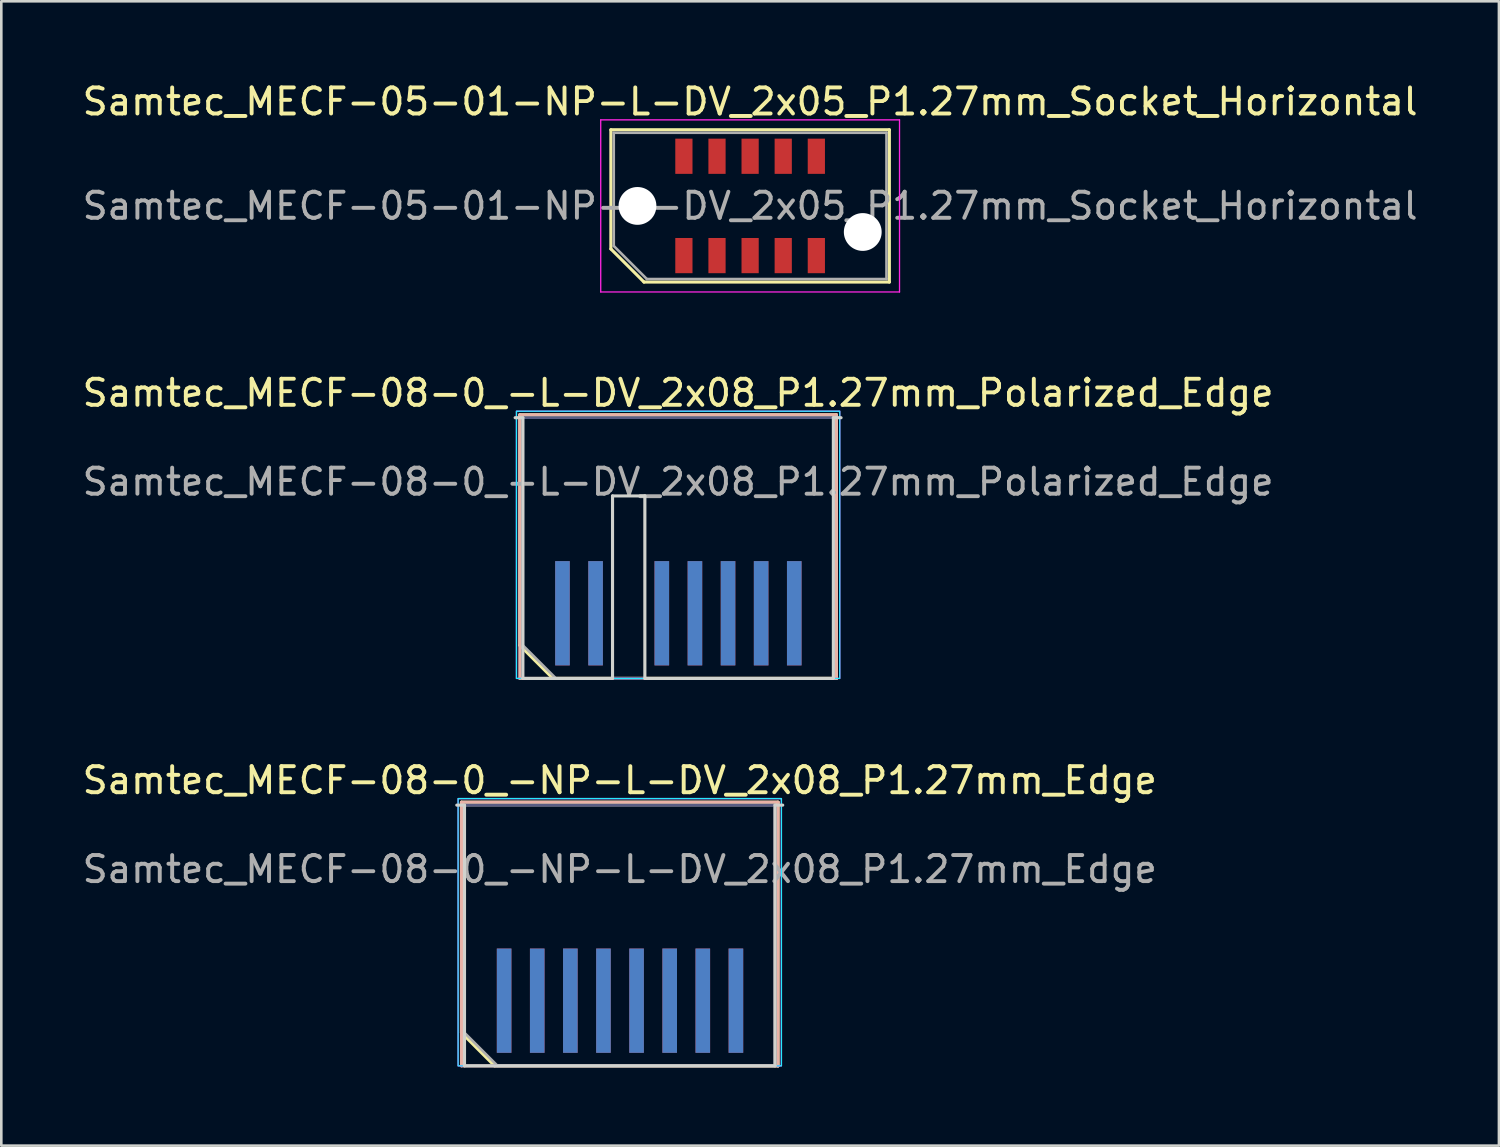
<source format=kicad_pcb>
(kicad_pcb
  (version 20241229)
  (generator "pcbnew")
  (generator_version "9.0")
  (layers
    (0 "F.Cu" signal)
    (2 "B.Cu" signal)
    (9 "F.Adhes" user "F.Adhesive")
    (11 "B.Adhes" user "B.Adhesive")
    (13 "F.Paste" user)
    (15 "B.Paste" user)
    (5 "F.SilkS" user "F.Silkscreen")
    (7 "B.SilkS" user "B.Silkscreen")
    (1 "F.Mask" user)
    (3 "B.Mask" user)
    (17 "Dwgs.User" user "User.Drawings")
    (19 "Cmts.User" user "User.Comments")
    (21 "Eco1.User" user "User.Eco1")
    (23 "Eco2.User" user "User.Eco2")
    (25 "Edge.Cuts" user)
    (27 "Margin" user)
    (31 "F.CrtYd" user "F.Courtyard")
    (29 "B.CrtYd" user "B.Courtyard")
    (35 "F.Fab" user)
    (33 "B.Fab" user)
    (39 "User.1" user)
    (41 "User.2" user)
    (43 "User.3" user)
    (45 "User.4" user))
  (footprint "Samtec_MECF-08-0_-L-DV_2x08_P1.27mm_Polarized_Edge"
    (layer "F.Cu")
    (at 22.958 17.971)
    (property "Reference" "Samtec_MECF-08-0_-L-DV_2x08_P1.27mm_Polarized_Edge" (at 0 -5.95 0) (layer "F.SilkS") (effects (font (size 1 1) (thickness 0.15))))
    (attr exclude_from_pos_files exclude_from_bom)
    (fp_line (start -6.07 -5.11) (end 6.07 -5.11) (stroke (width 0.12) (type solid)) (layer "F.SilkS"))
    (fp_line (start -6.07 3.73) (end -6.07 -5.11) (stroke (width 0.12) (type solid)) (layer "F.SilkS"))
    (fp_line (start -4.8 5) (end -6.07 3.73) (stroke (width 0.12) (type solid)) (layer "F.SilkS"))
    (fp_line (start -4.8 5) (end 6.07 5) (stroke (width 0.12) (type solid)) (layer "F.SilkS"))
    (fp_line (start 6.07 5) (end 6.07 -5.11) (stroke (width 0.12) (type solid)) (layer "F.SilkS"))
    (fp_line (start -6.07 -5.11) (end 6.07 -5.11) (stroke (width 0.12) (type solid)) (layer "B.SilkS"))
    (fp_line (start -6.07 5) (end -6.07 -5.11) (stroke (width 0.12) (type solid)) (layer "B.SilkS"))
    (fp_line (start -6.07 5) (end 6.07 5) (stroke (width 0.12) (type solid)) (layer "B.SilkS"))
    (fp_line (start 6.07 5) (end 6.07 -5.11) (stroke (width 0.12) (type solid)) (layer "B.SilkS"))
    (fp_line (start -6.25 -5) (end -5.955 -5) (stroke (width 0.12) (type solid)) (layer "Edge.Cuts"))
    (fp_line (start -5.955 5) (end -5.955 -5) (stroke (width 0.12) (type solid)) (layer "Edge.Cuts"))
    (fp_line (start -5.955 5) (end -2.515 5) (stroke (width 0.12) (type solid)) (layer "Edge.Cuts"))
    (fp_line (start -2.515 -2) (end -1.275 -2) (stroke (width 0.12) (type solid)) (layer "Edge.Cuts"))
    (fp_line (start -2.515 5) (end -2.515 -2) (stroke (width 0.12) (type solid)) (layer "Edge.Cuts"))
    (fp_line (start -1.275 5) (end -1.275 -2) (stroke (width 0.12) (type solid)) (layer "Edge.Cuts"))
    (fp_line (start -1.275 5) (end 5.955 5) (stroke (width 0.12) (type solid)) (layer "Edge.Cuts"))
    (fp_line (start 5.955 5) (end 5.955 -5) (stroke (width 0.12) (type solid)) (layer "Edge.Cuts"))
    (fp_line (start 6.25 -5) (end 5.955 -5) (stroke (width 0.12) (type solid)) (layer "Edge.Cuts"))
    (fp_rect (start -6.2 -5.25) (end 6.2 5) (stroke (width 0.05) (type solid)) (fill no) (layer "B.CrtYd"))
    (fp_rect (start -6.2 -5.25) (end 6.2 5) (stroke (width 0.05) (type solid)) (fill no) (layer "F.CrtYd"))
    (fp_line (start -5.955 -5) (end 5.955 -5) (stroke (width 0.1) (type solid)) (layer "B.Fab"))
    (fp_line (start -5.955 5) (end -5.955 -5) (stroke (width 0.1) (type solid)) (layer "B.Fab"))
    (fp_line (start -5.955 5) (end 5.955 5) (stroke (width 0.1) (type solid)) (layer "B.Fab"))
    (fp_line (start 5.955 5) (end 5.955 -5) (stroke (width 0.1) (type solid)) (layer "B.Fab"))
    (fp_line (start -5.955 -5) (end 5.955 -5) (stroke (width 0.1) (type solid)) (layer "F.Fab"))
    (fp_line (start -5.955 3.73) (end -5.955 -5) (stroke (width 0.1) (type solid)) (layer "F.Fab"))
    (fp_line (start -5.955 3.73) (end -4.685 5) (stroke (width 0.1) (type solid)) (layer "F.Fab"))
    (fp_line (start -4.685 5) (end 5.955 5) (stroke (width 0.1) (type solid)) (layer "F.Fab"))
    (fp_line (start 5.955 5) (end 5.955 -5) (stroke (width 0.1) (type solid)) (layer "F.Fab"))
    (fp_text user "${REFERENCE}" (at 0 -2.54 0) (layer "F.Fab") (effects (font (size 1 1) (thickness 0.15))))
    (pad "1" connect rect (at -4.435 2.5) (size 0.56 4) (layers "F.Cu" "F.Mask"))
    (pad "2" connect rect (at -4.435 2.5) (size 0.56 4) (layers "B.Cu" "B.Mask"))
    (pad "3" connect rect (at -3.165 2.5) (size 0.56 4) (layers "F.Cu" "F.Mask"))
    (pad "4" connect rect (at -3.165 2.5) (size 0.56 4) (layers "B.Cu" "B.Mask"))
    (pad "7" connect rect (at -0.625 2.5) (size 0.56 4) (layers "F.Cu" "F.Mask"))
    (pad "8" connect rect (at -0.625 2.5) (size 0.56 4) (layers "B.Cu" "B.Mask"))
    (pad "9" connect rect (at 0.645 2.5) (size 0.56 4) (layers "F.Cu" "F.Mask"))
    (pad "10" connect rect (at 0.645 2.5) (size 0.56 4) (layers "B.Cu" "B.Mask"))
    (pad "11" connect rect (at 1.915 2.5) (size 0.56 4) (layers "F.Cu" "F.Mask"))
    (pad "12" connect rect (at 1.915 2.5) (size 0.56 4) (layers "B.Cu" "B.Mask"))
    (pad "13" connect rect (at 3.185 2.5) (size 0.56 4) (layers "F.Cu" "F.Mask"))
    (pad "14" connect rect (at 3.185 2.5) (size 0.56 4) (layers "B.Cu" "B.Mask"))
    (pad "15" connect rect (at 4.455 2.5) (size 0.56 4) (layers "F.Cu" "F.Mask"))
    (pad "16" connect rect (at 4.455 2.5) (size 0.56 4) (layers "B.Cu" "B.Mask")))
  (footprint "Samtec_MECF-05-01-NP-L-DV_2x05_P1.27mm_Socket_Horizontal"
    (layer "F.Cu")
    (at 25.72 4.848)
    (property "Reference" "Samtec_MECF-05-01-NP-L-DV_2x05_P1.27mm_Socket_Horizontal" (at 0 -4 0) (layer "F.SilkS") (effects (font (size 1 1) (thickness 0.15))))
    (attr smd)
    (fp_line (start -5.34 -2.92) (end 5.34 -2.92) (stroke (width 0.12) (type solid)) (layer "F.SilkS"))
    (fp_line (start -5.34 1.65) (end -5.34 -2.92) (stroke (width 0.12) (type solid)) (layer "F.SilkS"))
    (fp_line (start -4.07 2.92) (end -5.34 1.65) (stroke (width 0.12) (type solid)) (layer "F.SilkS"))
    (fp_line (start -4.07 2.92) (end 5.34 2.92) (stroke (width 0.12) (type solid)) (layer "F.SilkS"))
    (fp_line (start 5.34 2.92) (end 5.34 -2.92) (stroke (width 0.12) (type solid)) (layer "F.SilkS"))
    (fp_line (start -5.73 -3.3) (end -5.73 3.3) (stroke (width 0.05) (type solid)) (layer "F.CrtYd"))
    (fp_line (start -5.73 3.3) (end 5.73 3.3) (stroke (width 0.05) (type solid)) (layer "F.CrtYd"))
    (fp_line (start 5.73 -3.3) (end -5.73 -3.3) (stroke (width 0.05) (type solid)) (layer "F.CrtYd"))
    (fp_line (start 5.73 3.3) (end 5.73 -3.3) (stroke (width 0.05) (type solid)) (layer "F.CrtYd"))
    (fp_line (start -5.23 -2.805) (end 5.23 -2.805) (stroke (width 0.1) (type solid)) (layer "F.Fab"))
    (fp_line (start -5.23 1.535) (end -5.23 -2.805) (stroke (width 0.1) (type solid)) (layer "F.Fab"))
    (fp_line (start -5.23 1.535) (end -3.96 2.805) (stroke (width 0.1) (type solid)) (layer "F.Fab"))
    (fp_line (start -3.96 2.805) (end 5.23 2.805) (stroke (width 0.1) (type solid)) (layer "F.Fab"))
    (fp_line (start 5.23 2.805) (end 5.23 -2.805) (stroke (width 0.1) (type solid)) (layer "F.Fab"))
    (fp_text user "${REFERENCE}" (at 0 0 0) (layer "F.Fab") (effects (font (size 1 1) (thickness 0.15))))
    (pad "" np_thru_hole circle (at -4.32 0) (size 1.45 1.45) (drill 1.45) (layers "*.Cu" "*.Mask"))
    (pad "" np_thru_hole circle (at 4.32 1) (size 1.45 1.45) (drill 1.45) (layers "*.Cu" "*.Mask"))
    (pad "1" smd rect (at -2.54 1.905) (size 0.66 1.35) (layers "F.Cu" "F.Mask" "F.Paste"))
    (pad "2" smd rect (at -2.54 -1.905) (size 0.66 1.35) (layers "F.Cu" "F.Mask" "F.Paste"))
    (pad "3" smd rect (at -1.27 1.905) (size 0.66 1.35) (layers "F.Cu" "F.Mask" "F.Paste"))
    (pad "4" smd rect (at -1.27 -1.905) (size 0.66 1.35) (layers "F.Cu" "F.Mask" "F.Paste"))
    (pad "5" smd rect (at 0 1.905) (size 0.66 1.35) (layers "F.Cu" "F.Mask" "F.Paste"))
    (pad "6" smd rect (at 0 -1.905) (size 0.66 1.35) (layers "F.Cu" "F.Mask" "F.Paste"))
    (pad "7" smd rect (at 1.27 1.905) (size 0.66 1.35) (layers "F.Cu" "F.Mask" "F.Paste"))
    (pad "8" smd rect (at 1.27 -1.905) (size 0.66 1.35) (layers "F.Cu" "F.Mask" "F.Paste"))
    (pad "9" smd rect (at 2.54 1.905) (size 0.66 1.35) (layers "F.Cu" "F.Mask" "F.Paste"))
    (pad "10" smd rect (at 2.54 -1.905) (size 0.66 1.35) (layers "F.Cu" "F.Mask" "F.Paste")))
  (footprint "Samtec_MECF-08-0_-NP-L-DV_2x08_P1.27mm_Edge"
    (layer "F.Cu")
    (at 20.72 32.83)
    (property "Reference" "Samtec_MECF-08-0_-NP-L-DV_2x08_P1.27mm_Edge" (at 0 -5.95 0) (layer "F.SilkS") (effects (font (size 1 1) (thickness 0.15))))
    (attr exclude_from_pos_files exclude_from_bom)
    (fp_line (start -6.07 -5.11) (end 6.07 -5.11) (stroke (width 0.12) (type solid)) (layer "F.SilkS"))
    (fp_line (start -6.07 3.73) (end -6.07 -5.11) (stroke (width 0.12) (type solid)) (layer "F.SilkS"))
    (fp_line (start -4.8 5) (end -6.07 3.73) (stroke (width 0.12) (type solid)) (layer "F.SilkS"))
    (fp_line (start -4.8 5) (end 6.07 5) (stroke (width 0.12) (type solid)) (layer "F.SilkS"))
    (fp_line (start 6.07 5) (end 6.07 -5.11) (stroke (width 0.12) (type solid)) (layer "F.SilkS"))
    (fp_line (start -6.07 -5.11) (end 6.07 -5.11) (stroke (width 0.12) (type solid)) (layer "B.SilkS"))
    (fp_line (start -6.07 5) (end -6.07 -5.11) (stroke (width 0.12) (type solid)) (layer "B.SilkS"))
    (fp_line (start -6.07 5) (end 6.07 5) (stroke (width 0.12) (type solid)) (layer "B.SilkS"))
    (fp_line (start 6.07 5) (end 6.07 -5.11) (stroke (width 0.12) (type solid)) (layer "B.SilkS"))
    (fp_line (start -6.25 -5) (end -5.955 -5) (stroke (width 0.12) (type solid)) (layer "Edge.Cuts"))
    (fp_line (start -5.955 5) (end -5.955 -5) (stroke (width 0.12) (type solid)) (layer "Edge.Cuts"))
    (fp_line (start -5.955 5) (end 5.955 5) (stroke (width 0.12) (type solid)) (layer "Edge.Cuts"))
    (fp_line (start 5.955 5) (end 5.955 -5) (stroke (width 0.12) (type solid)) (layer "Edge.Cuts"))
    (fp_line (start 6.25 -5) (end 5.955 -5) (stroke (width 0.12) (type solid)) (layer "Edge.Cuts"))
    (fp_rect (start -6.2 -5.25) (end 6.2 5) (stroke (width 0.05) (type solid)) (fill no) (layer "B.CrtYd"))
    (fp_rect (start -6.2 -5.25) (end 6.2 5) (stroke (width 0.05) (type solid)) (fill no) (layer "F.CrtYd"))
    (fp_line (start -5.955 -5) (end 5.955 -5) (stroke (width 0.1) (type solid)) (layer "B.Fab"))
    (fp_line (start -5.955 5) (end -5.955 -5) (stroke (width 0.1) (type solid)) (layer "B.Fab"))
    (fp_line (start -5.955 5) (end 5.955 5) (stroke (width 0.1) (type solid)) (layer "B.Fab"))
    (fp_line (start 5.955 5) (end 5.955 -5) (stroke (width 0.1) (type solid)) (layer "B.Fab"))
    (fp_line (start -5.955 -5) (end 5.955 -5) (stroke (width 0.1) (type solid)) (layer "F.Fab"))
    (fp_line (start -5.955 3.73) (end -5.955 -5) (stroke (width 0.1) (type solid)) (layer "F.Fab"))
    (fp_line (start -5.955 3.73) (end -4.685 5) (stroke (width 0.1) (type solid)) (layer "F.Fab"))
    (fp_line (start -4.685 5) (end 5.955 5) (stroke (width 0.1) (type solid)) (layer "F.Fab"))
    (fp_line (start 5.955 5) (end 5.955 -5) (stroke (width 0.1) (type solid)) (layer "F.Fab"))
    (fp_text user "${REFERENCE}" (at 0 -2.54 0) (layer "F.Fab") (effects (font (size 1 1) (thickness 0.15))))
    (pad "1" connect rect (at -4.435 2.5) (size 0.56 4) (layers "F.Cu" "F.Mask"))
    (pad "2" connect rect (at -4.435 2.5) (size 0.56 4) (layers "B.Cu" "B.Mask"))
    (pad "3" connect rect (at -3.165 2.5) (size 0.56 4) (layers "F.Cu" "F.Mask"))
    (pad "4" connect rect (at -3.165 2.5) (size 0.56 4) (layers "B.Cu" "B.Mask"))
    (pad "5" connect rect (at -1.895 2.5) (size 0.56 4) (layers "F.Cu" "F.Mask"))
    (pad "6" connect rect (at -1.895 2.5) (size 0.56 4) (layers "B.Cu" "B.Mask"))
    (pad "7" connect rect (at -0.625 2.5) (size 0.56 4) (layers "F.Cu" "F.Mask"))
    (pad "8" connect rect (at -0.625 2.5) (size 0.56 4) (layers "B.Cu" "B.Mask"))
    (pad "9" connect rect (at 0.645 2.5) (size 0.56 4) (layers "F.Cu" "F.Mask"))
    (pad "10" connect rect (at 0.645 2.5) (size 0.56 4) (layers "B.Cu" "B.Mask"))
    (pad "11" connect rect (at 1.915 2.5) (size 0.56 4) (layers "F.Cu" "F.Mask"))
    (pad "12" connect rect (at 1.915 2.5) (size 0.56 4) (layers "B.Cu" "B.Mask"))
    (pad "13" connect rect (at 3.185 2.5) (size 0.56 4) (layers "F.Cu" "F.Mask"))
    (pad "14" connect rect (at 3.185 2.5) (size 0.56 4) (layers "B.Cu" "B.Mask"))
    (pad "15" connect rect (at 4.455 2.5) (size 0.56 4) (layers "F.Cu" "F.Mask"))
    (pad "16" connect rect (at 4.455 2.5) (size 0.56 4) (layers "B.Cu" "B.Mask")))
  (gr_rect
    (start -3 -3)
    (end 54.44 40.89)
    (stroke (width 0.1) (type default))
    (fill no)
    (layer "Edge.Cuts")))
</source>
